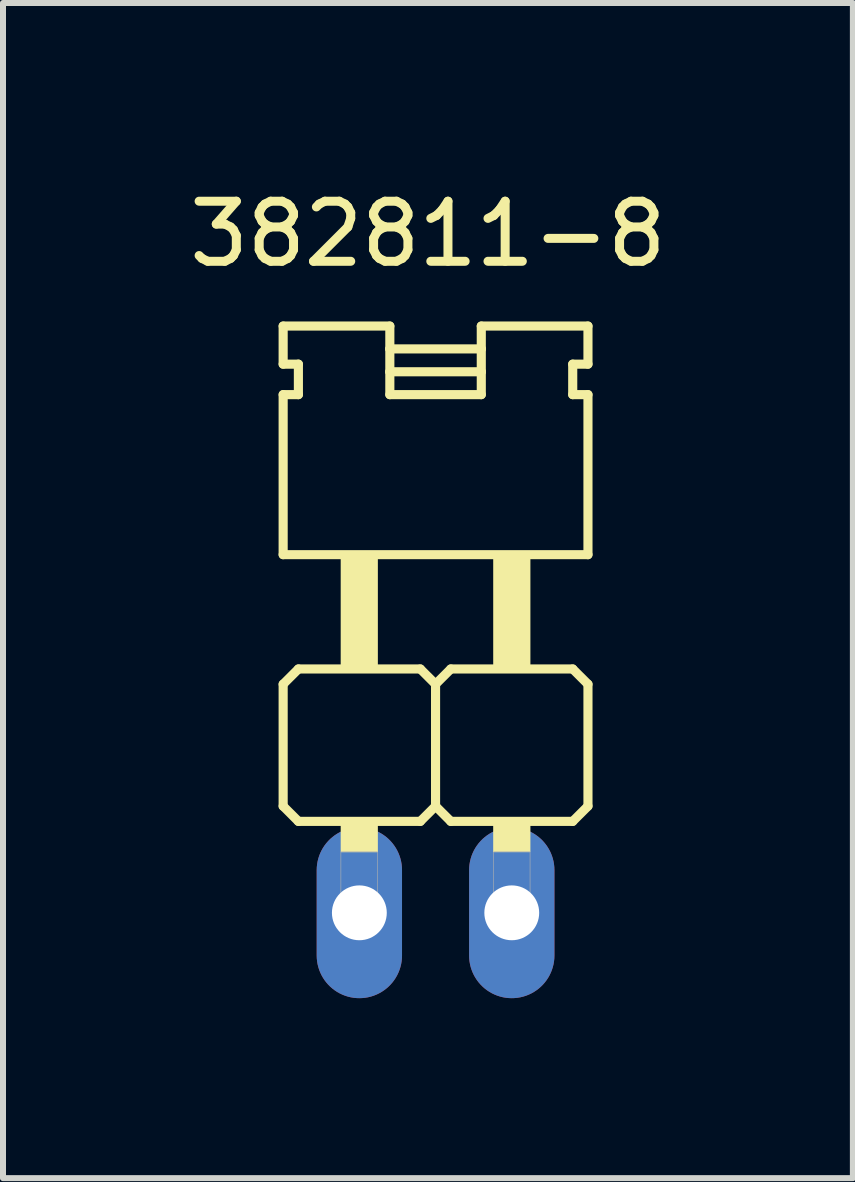
<source format=kicad_pcb>
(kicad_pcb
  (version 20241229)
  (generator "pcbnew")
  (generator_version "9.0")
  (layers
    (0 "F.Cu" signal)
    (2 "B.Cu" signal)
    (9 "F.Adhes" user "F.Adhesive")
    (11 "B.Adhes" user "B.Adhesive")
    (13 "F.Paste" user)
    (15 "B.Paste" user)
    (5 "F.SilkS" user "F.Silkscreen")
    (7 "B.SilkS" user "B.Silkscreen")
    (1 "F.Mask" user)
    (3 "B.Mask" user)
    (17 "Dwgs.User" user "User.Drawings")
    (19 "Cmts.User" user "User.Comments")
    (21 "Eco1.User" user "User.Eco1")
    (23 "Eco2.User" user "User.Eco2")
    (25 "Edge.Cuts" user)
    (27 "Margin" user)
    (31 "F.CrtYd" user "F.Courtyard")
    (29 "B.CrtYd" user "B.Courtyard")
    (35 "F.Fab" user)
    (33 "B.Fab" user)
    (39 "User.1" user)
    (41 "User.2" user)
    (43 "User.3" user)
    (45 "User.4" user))
  (footprint "382811-8"
    (layer "F.Cu")
    (at 4.209 9.623)
    (property "Reference" "382811-8" (at -0.127 -8.774 0) (layer "F.SilkS") (effects (font (size 1.001 1.001) (thickness 0.15))))
    (attr through_hole)
    (fp_line (start -2.54 -7.239) (end -2.54 -6.604) (stroke (width 0.152) (type solid)) (layer "F.SilkS"))
    (fp_line (start -2.54 -7.239) (end -0.762 -7.239) (stroke (width 0.152) (type solid)) (layer "F.SilkS"))
    (fp_line (start -2.54 -6.096) (end -2.54 -3.429) (stroke (width 0.152) (type solid)) (layer "F.SilkS"))
    (fp_line (start -2.54 -6.096) (end -2.286 -6.096) (stroke (width 0.152) (type solid)) (layer "F.SilkS"))
    (fp_line (start -2.54 -1.27) (end -2.286 -1.524) (stroke (width 0.152) (type solid)) (layer "F.SilkS"))
    (fp_line (start -2.54 0.762) (end -2.54 -1.27) (stroke (width 0.152) (type solid)) (layer "F.SilkS"))
    (fp_line (start -2.54 0.762) (end -2.286 1.016) (stroke (width 0.152) (type solid)) (layer "F.SilkS"))
    (fp_line (start -2.286 -6.604) (end -2.54 -6.604) (stroke (width 0.152) (type solid)) (layer "F.SilkS"))
    (fp_line (start -2.286 -6.604) (end -2.286 -6.096) (stroke (width 0.152) (type solid)) (layer "F.SilkS"))
    (fp_line (start -0.762 -7.239) (end -0.762 -6.858) (stroke (width 0.152) (type solid)) (layer "F.SilkS"))
    (fp_line (start -0.762 -6.858) (end -0.762 -6.477) (stroke (width 0.152) (type solid)) (layer "F.SilkS"))
    (fp_line (start -0.762 -6.858) (end 0.762 -6.858) (stroke (width 0.152) (type solid)) (layer "F.SilkS"))
    (fp_line (start -0.762 -6.477) (end -0.762 -6.096) (stroke (width 0.152) (type solid)) (layer "F.SilkS"))
    (fp_line (start -0.762 -6.477) (end 0.762 -6.477) (stroke (width 0.152) (type solid)) (layer "F.SilkS"))
    (fp_line (start -0.762 -6.096) (end 0.762 -6.096) (stroke (width 0.152) (type solid)) (layer "F.SilkS"))
    (fp_line (start -0.254 -1.524) (end -2.286 -1.524) (stroke (width 0.152) (type solid)) (layer "F.SilkS"))
    (fp_line (start -0.254 -1.524) (end 0 -1.27) (stroke (width 0.152) (type solid)) (layer "F.SilkS"))
    (fp_line (start -0.254 1.016) (end -2.286 1.016) (stroke (width 0.152) (type solid)) (layer "F.SilkS"))
    (fp_line (start -0.254 1.016) (end 0 0.762) (stroke (width 0.152) (type solid)) (layer "F.SilkS"))
    (fp_line (start 0 -1.27) (end 0.254 -1.524) (stroke (width 0.152) (type solid)) (layer "F.SilkS"))
    (fp_line (start 0 0.762) (end 0 -1.27) (stroke (width 0.152) (type solid)) (layer "F.SilkS"))
    (fp_line (start 0 0.762) (end 0.254 1.016) (stroke (width 0.152) (type solid)) (layer "F.SilkS"))
    (fp_line (start 0.762 -7.239) (end 2.54 -7.239) (stroke (width 0.152) (type solid)) (layer "F.SilkS"))
    (fp_line (start 0.762 -6.858) (end 0.762 -7.239) (stroke (width 0.152) (type solid)) (layer "F.SilkS"))
    (fp_line (start 0.762 -6.858) (end 0.762 -6.477) (stroke (width 0.152) (type solid)) (layer "F.SilkS"))
    (fp_line (start 0.762 -6.477) (end 0.762 -6.096) (stroke (width 0.152) (type solid)) (layer "F.SilkS"))
    (fp_line (start 2.286 -6.604) (end 2.286 -6.096) (stroke (width 0.152) (type solid)) (layer "F.SilkS"))
    (fp_line (start 2.286 -6.604) (end 2.54 -6.604) (stroke (width 0.152) (type solid)) (layer "F.SilkS"))
    (fp_line (start 2.286 -1.524) (end 0.254 -1.524) (stroke (width 0.152) (type solid)) (layer "F.SilkS"))
    (fp_line (start 2.286 -1.524) (end 2.54 -1.27) (stroke (width 0.152) (type solid)) (layer "F.SilkS"))
    (fp_line (start 2.286 1.016) (end 0.254 1.016) (stroke (width 0.152) (type solid)) (layer "F.SilkS"))
    (fp_line (start 2.286 1.016) (end 2.54 0.762) (stroke (width 0.152) (type solid)) (layer "F.SilkS"))
    (fp_line (start 2.54 -7.239) (end 2.54 -6.604) (stroke (width 0.152) (type solid)) (layer "F.SilkS"))
    (fp_line (start 2.54 -6.096) (end 2.286 -6.096) (stroke (width 0.152) (type solid)) (layer "F.SilkS"))
    (fp_line (start 2.54 -6.096) (end 2.54 -3.429) (stroke (width 0.152) (type solid)) (layer "F.SilkS"))
    (fp_line (start 2.54 -3.429) (end -2.54 -3.429) (stroke (width 0.152) (type solid)) (layer "F.SilkS"))
    (fp_line (start 2.54 0.762) (end 2.54 -1.27) (stroke (width 0.152) (type solid)) (layer "F.SilkS"))
    (fp_poly (pts (xy -1.576 -3.429) (xy -0.965 -3.429) (xy -0.965 -1.525) (xy -1.576 -1.525)) (stroke (width 0.01) (type solid)) (fill yes) (layer "F.SilkS"))
    (fp_poly (pts (xy -1.576 1.016) (xy -0.965 1.016) (xy -0.965 1.525) (xy -1.576 1.525)) (stroke (width 0.01) (type solid)) (fill yes) (layer "F.SilkS"))
    (fp_poly (pts (xy 0.965 1.016) (xy 1.575 1.016) (xy 1.575 1.524) (xy 0.965 1.524)) (stroke (width 0.01) (type solid)) (fill yes) (layer "F.SilkS"))
    (fp_poly (pts (xy 0.966 -3.429) (xy 1.575 -3.429) (xy 1.575 -1.525) (xy 0.966 -1.525)) (stroke (width 0.01) (type solid)) (fill yes) (layer "F.SilkS"))
    (fp_poly (pts (xy -1.578 1.524) (xy -0.965 1.524) (xy -0.965 2.8) (xy -1.578 2.8)) (stroke (width 0.01) (type solid)) (fill no) (layer "F.Fab"))
    (fp_poly (pts (xy 0.967 1.524) (xy 1.575 1.524) (xy 1.575 2.799) (xy 0.967 2.799)) (stroke (width 0.01) (type solid)) (fill no) (layer "F.Fab"))
    (pad "1" thru_hole oval (at -1.27 2.54) (size 1.422 2.845) (drill 0.914) (layers "*.Cu" "*.Mask"))
    (pad "2" thru_hole oval (at 1.27 2.54) (size 1.422 2.845) (drill 0.914) (layers "*.Cu" "*.Mask")))
  (gr_rect
    (start -3 -3)
    (end 11.164 16.585)
    (stroke (width 0.1) (type default))
    (fill no)
    (layer "Edge.Cuts")))
</source>
